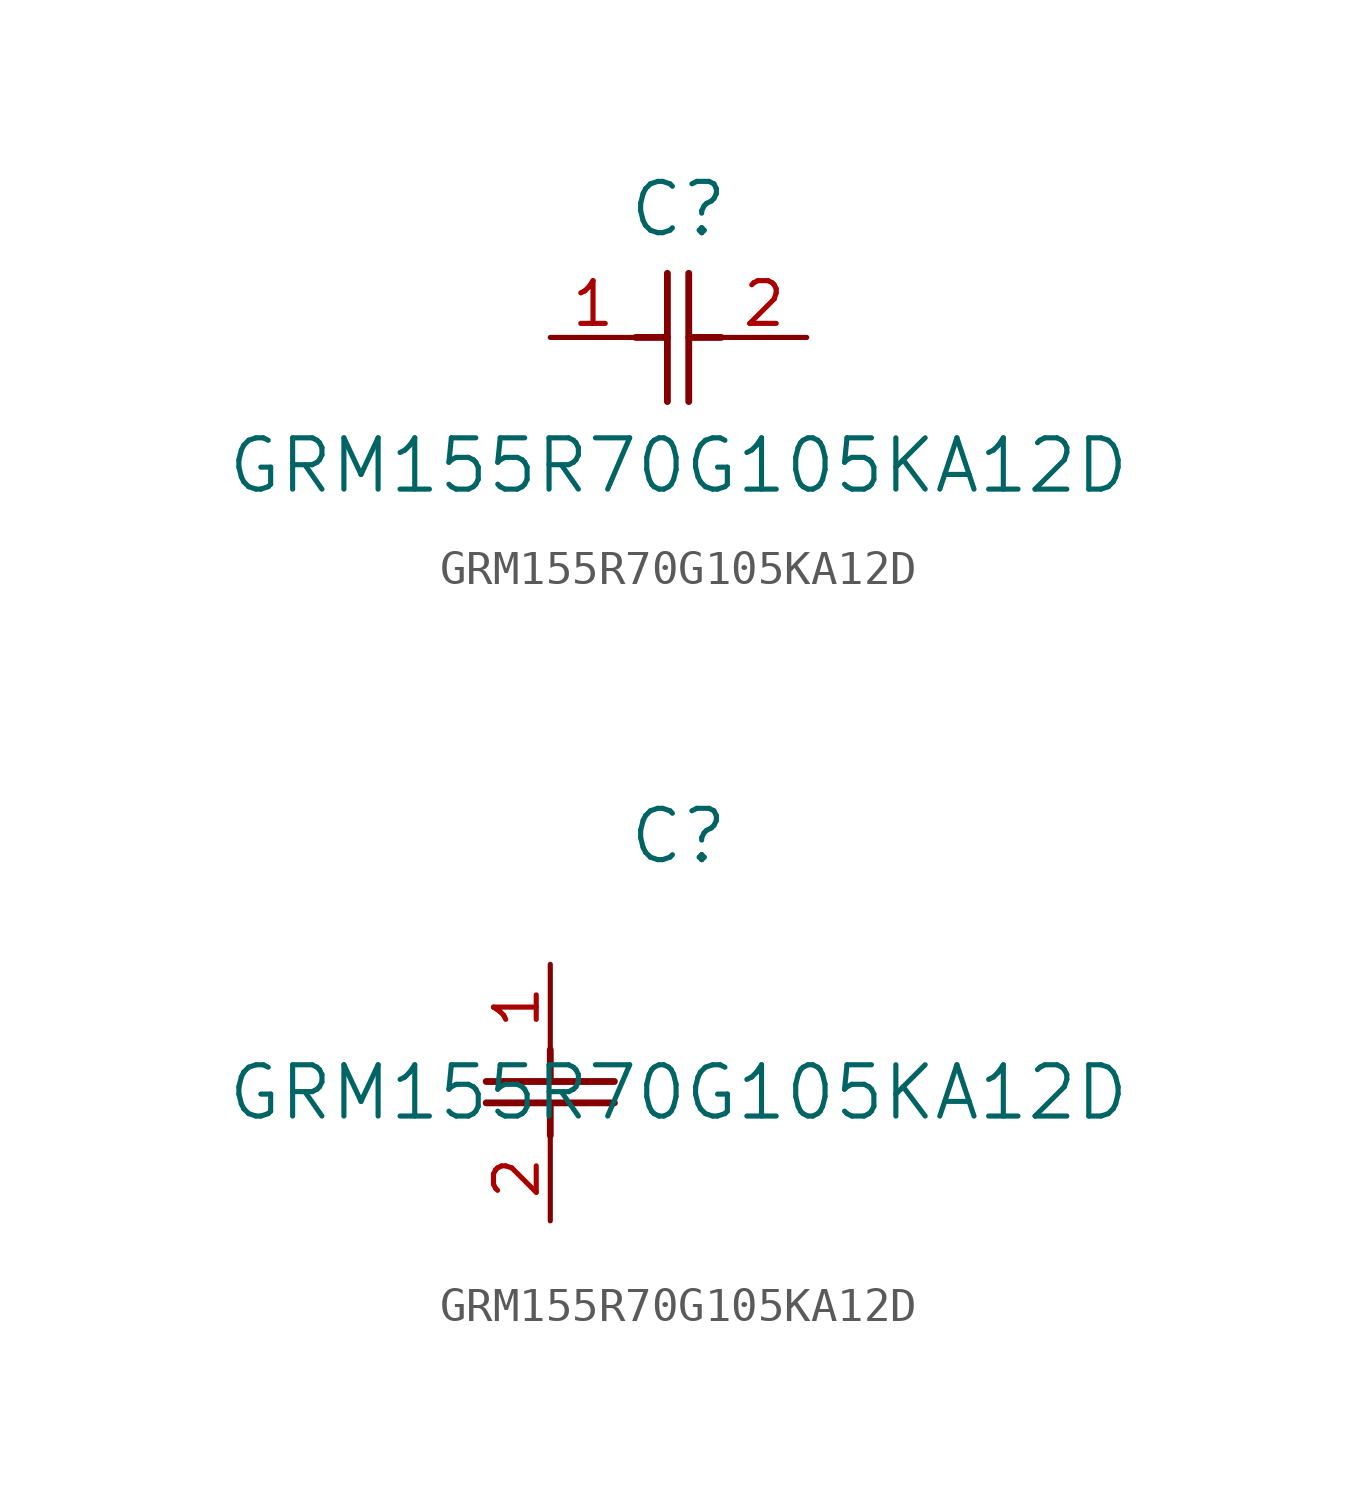
<source format=kicad_sym>
(kicad_symbol_lib
  (version 20211014)
  (generator kicad_symbol_editor)
  (symbol "GRM155R70G105KA12D"
    (pin_names
      (offset 0.254))
    (property "Reference" "C"
      (at 3.81 3.81 0)
      (effects (font (size 1.524 1.524))))
    (property "Value" "GRM155R70G105KA12D"
      (at 3.81 -3.81 0)
      (effects (font (size 1.524 1.524))))
    (symbol "GRM155R70G105KA12D_1_1"
      (polyline (pts (xy 3.48 -1.905) (xy 3.48 1.905)) (stroke (width 0.203) (type default) (color 0 0 0 0)) (fill (type none)))
      (polyline (pts (xy 4.115 -1.905) (xy 4.115 1.905)) (stroke (width 0.203) (type default) (color 0 0 0 0)) (fill (type none)))
      (polyline (pts (xy 4.115 0) (xy 5.08 0)) (stroke (width 0.203) (type default) (color 0 0 0 0)) (fill (type none)))
      (polyline (pts (xy 2.54 0) (xy 3.48 0)) (stroke (width 0.203) (type default) (color 0 0 0 0)) (fill (type none)))
      (pin unspecified line (at 0 0 0) (length 2.54) (name "" (effects (font (size 1.27 1.27)))) (number "1" (effects (font (size 1.27 1.27)))))
      (pin unspecified line (at 7.62 0 180) (length 2.54) (name "" (effects (font (size 1.27 1.27)))) (number "2" (effects (font (size 1.27 1.27))))))
    (symbol "GRM155R70G105KA12D_1_2"
      (polyline (pts (xy -1.905 -3.48) (xy 1.905 -3.48)) (stroke (width 0.203) (type default) (color 0 0 0 0)) (fill (type none)))
      (polyline (pts (xy -1.905 -4.115) (xy 1.905 -4.115)) (stroke (width 0.203) (type default) (color 0 0 0 0)) (fill (type none)))
      (polyline (pts (xy 0 -4.115) (xy 0 -5.08)) (stroke (width 0.203) (type default) (color 0 0 0 0)) (fill (type none)))
      (polyline (pts (xy 0 -2.54) (xy 0 -3.48)) (stroke (width 0.203) (type default) (color 0 0 0 0)) (fill (type none)))
      (pin unspecified line (at 0 0 270) (length 2.54) (name "" (effects (font (size 1.27 1.27)))) (number "1" (effects (font (size 1.27 1.27)))))
      (pin unspecified line (at 0 -7.62 90) (length 2.54) (name "" (effects (font (size 1.27 1.27)))) (number "2" (effects (font (size 1.27 1.27))))))))
</source>
